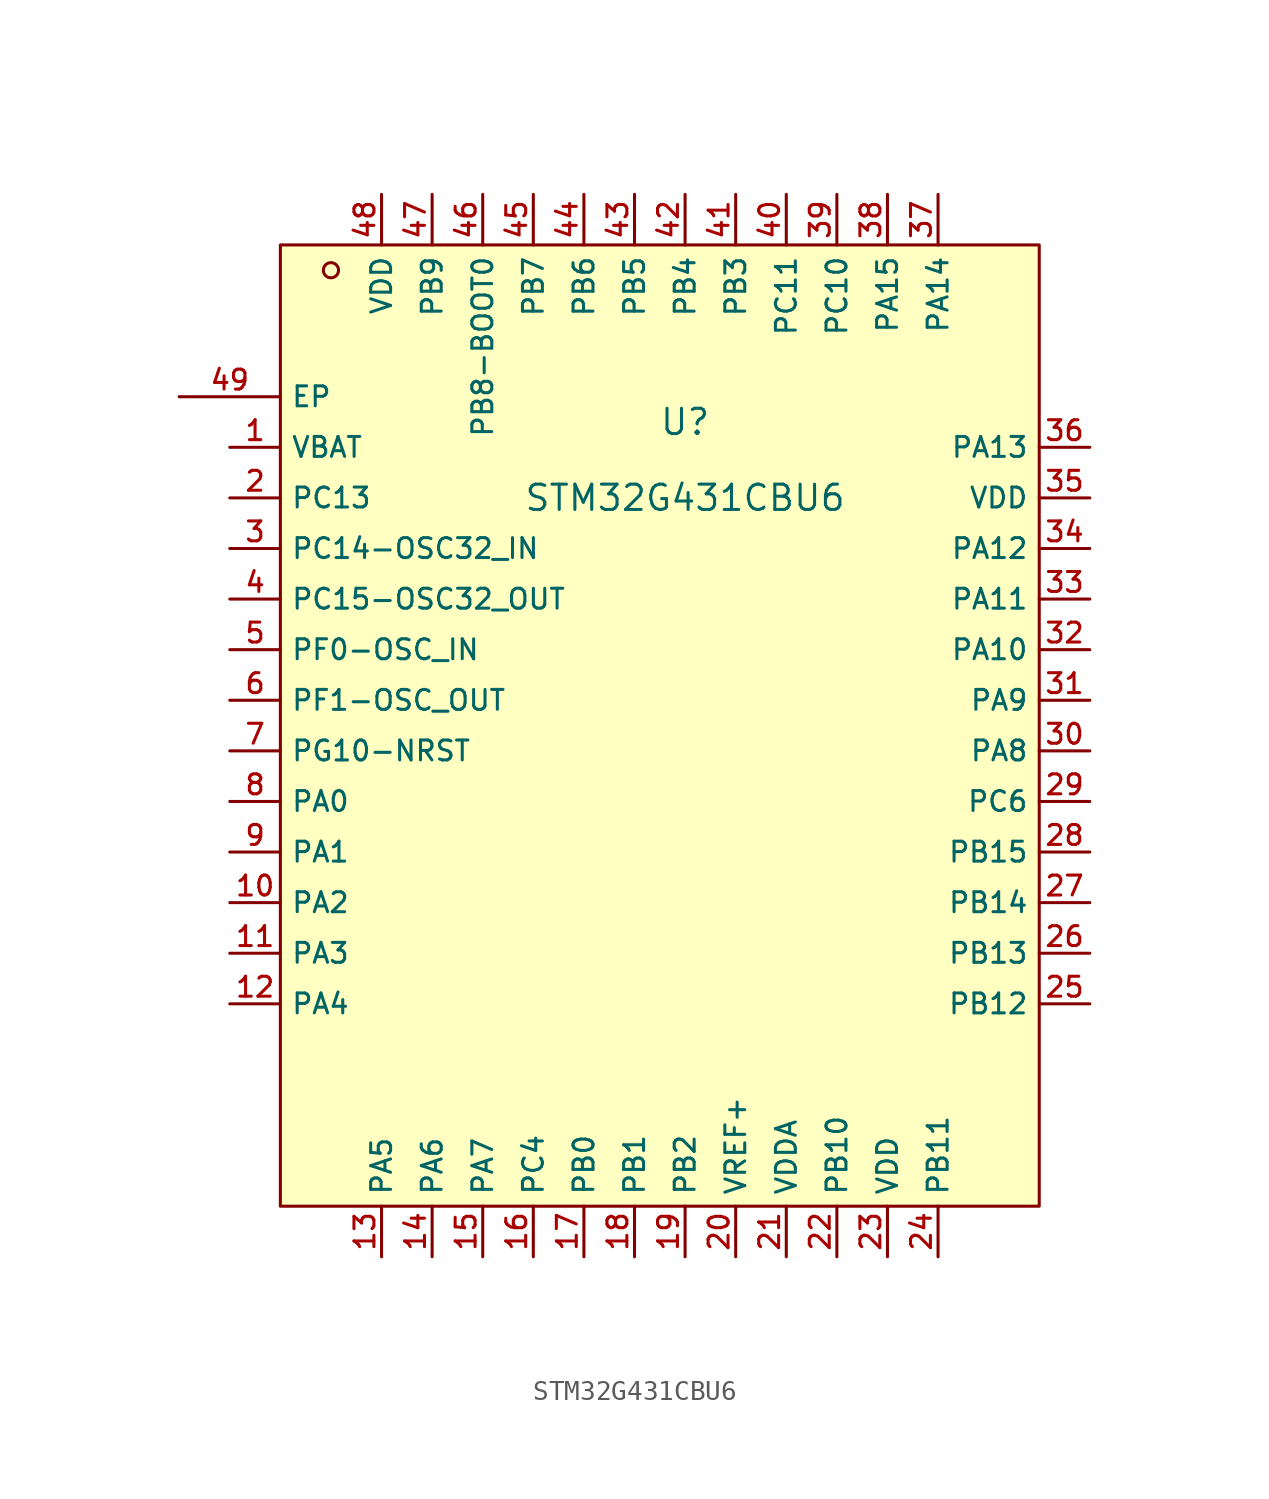
<source format=kicad_sym>
(kicad_symbol_lib
  (version 20211014)
  (generator kicad_symbol_editor)
  (symbol "STM32G431CBU6"
    (property "Reference" "U"
      (at 0 15.24 0)
      (effects (font (size 1.27 1.27))))
    (property "Value" "STM32G431CBU6"
      (at 0 11.43 0)
      (effects (font (size 1.27 1.27))))
    (symbol "STM32G431CBU6_0_1"
      (rectangle (start -20.32 24.13) (end 17.78 -24.13) (stroke (width 0) (type default) (color 0 0 0 0)) (fill (type background)))
      (circle (center -17.78 22.86) (radius 0.381) (stroke (width 0) (type default) (color 0 0 0 0)) (fill (type background)))
      (pin power_in line (at -22.86 13.97 0) (length 2.54) (name "VBAT" (effects (font (size 1 1)))) (number "1" (effects (font (size 1 1)))))
      (pin bidirectional line (at -22.86 -8.89 0) (length 2.54) (name "PA2" (effects (font (size 1 1)))) (number "10" (effects (font (size 1 1)))))
      (pin bidirectional line (at -22.86 -11.43 0) (length 2.54) (name "PA3" (effects (font (size 1 1)))) (number "11" (effects (font (size 1 1)))))
      (pin bidirectional line (at -22.86 -13.97 0) (length 2.54) (name "PA4" (effects (font (size 1 1)))) (number "12" (effects (font (size 1 1)))))
      (pin bidirectional line (at -15.24 -26.67 90) (length 2.54) (name "PA5" (effects (font (size 1 1)))) (number "13" (effects (font (size 1 1)))))
      (pin bidirectional line (at -12.7 -26.67 90) (length 2.54) (name "PA6" (effects (font (size 1 1)))) (number "14" (effects (font (size 1 1)))))
      (pin bidirectional line (at -10.16 -26.67 90) (length 2.54) (name "PA7" (effects (font (size 1 1)))) (number "15" (effects (font (size 1 1)))))
      (pin bidirectional line (at -7.62 -26.67 90) (length 2.54) (name "PC4" (effects (font (size 1 1)))) (number "16" (effects (font (size 1 1)))))
      (pin bidirectional line (at -5.08 -26.67 90) (length 2.54) (name "PB0" (effects (font (size 1 1)))) (number "17" (effects (font (size 1 1)))))
      (pin bidirectional line (at -2.54 -26.67 90) (length 2.54) (name "PB1" (effects (font (size 1 1)))) (number "18" (effects (font (size 1 1)))))
      (pin bidirectional line (at 0 -26.67 90) (length 2.54) (name "PB2" (effects (font (size 1 1)))) (number "19" (effects (font (size 1 1)))))
      (pin bidirectional line (at -22.86 11.43 0) (length 2.54) (name "PC13" (effects (font (size 1 1)))) (number "2" (effects (font (size 1 1)))))
      (pin power_in line (at 2.54 -26.67 90) (length 2.54) (name "VREF+" (effects (font (size 1 1)))) (number "20" (effects (font (size 1 1)))))
      (pin power_in line (at 5.08 -26.67 90) (length 2.54) (name "VDDA" (effects (font (size 1 1)))) (number "21" (effects (font (size 1 1)))))
      (pin bidirectional line (at 7.62 -26.67 90) (length 2.54) (name "PB10" (effects (font (size 1 1)))) (number "22" (effects (font (size 1 1)))))
      (pin power_in line (at 10.16 -26.67 90) (length 2.54) (name "VDD" (effects (font (size 1 1)))) (number "23" (effects (font (size 1 1)))))
      (pin bidirectional line (at 12.7 -26.67 90) (length 2.54) (name "PB11" (effects (font (size 1 1)))) (number "24" (effects (font (size 1 1)))))
      (pin bidirectional line (at 20.32 -13.97 180) (length 2.54) (name "PB12" (effects (font (size 1 1)))) (number "25" (effects (font (size 1 1)))))
      (pin bidirectional line (at 20.32 -11.43 180) (length 2.54) (name "PB13" (effects (font (size 1 1)))) (number "26" (effects (font (size 1 1)))))
      (pin bidirectional line (at 20.32 -8.89 180) (length 2.54) (name "PB14" (effects (font (size 1 1)))) (number "27" (effects (font (size 1 1)))))
      (pin bidirectional line (at 20.32 -6.35 180) (length 2.54) (name "PB15" (effects (font (size 1 1)))) (number "28" (effects (font (size 1 1)))))
      (pin bidirectional line (at 20.32 -3.81 180) (length 2.54) (name "PC6" (effects (font (size 1 1)))) (number "29" (effects (font (size 1 1)))))
      (pin bidirectional line (at -22.86 8.89 0) (length 2.54) (name "PC14-OSC32_IN" (effects (font (size 1 1)))) (number "3" (effects (font (size 1 1)))))
      (pin bidirectional line (at 20.32 -1.27 180) (length 2.54) (name "PA8" (effects (font (size 1 1)))) (number "30" (effects (font (size 1 1)))))
      (pin bidirectional line (at 20.32 1.27 180) (length 2.54) (name "PA9" (effects (font (size 1 1)))) (number "31" (effects (font (size 1 1)))))
      (pin bidirectional line (at 20.32 3.81 180) (length 2.54) (name "PA10" (effects (font (size 1 1)))) (number "32" (effects (font (size 1 1)))))
      (pin bidirectional line (at 20.32 6.35 180) (length 2.54) (name "PA11" (effects (font (size 1 1)))) (number "33" (effects (font (size 1 1)))))
      (pin bidirectional line (at 20.32 8.89 180) (length 2.54) (name "PA12" (effects (font (size 1 1)))) (number "34" (effects (font (size 1 1)))))
      (pin power_in line (at 20.32 11.43 180) (length 2.54) (name "VDD" (effects (font (size 1 1)))) (number "35" (effects (font (size 1 1)))))
      (pin bidirectional line (at 20.32 13.97 180) (length 2.54) (name "PA13" (effects (font (size 1 1)))) (number "36" (effects (font (size 1 1)))))
      (pin bidirectional line (at 12.7 26.67 270) (length 2.54) (name "PA14" (effects (font (size 1 1)))) (number "37" (effects (font (size 1 1)))))
      (pin bidirectional line (at 10.16 26.67 270) (length 2.54) (name "PA15" (effects (font (size 1 1)))) (number "38" (effects (font (size 1 1)))))
      (pin bidirectional line (at 7.62 26.67 270) (length 2.54) (name "PC10" (effects (font (size 1 1)))) (number "39" (effects (font (size 1 1)))))
      (pin bidirectional line (at -22.86 6.35 0) (length 2.54) (name "PC15-OSC32_OUT" (effects (font (size 1 1)))) (number "4" (effects (font (size 1 1)))))
      (pin bidirectional line (at 5.08 26.67 270) (length 2.54) (name "PC11" (effects (font (size 1 1)))) (number "40" (effects (font (size 1 1)))))
      (pin bidirectional line (at 2.54 26.67 270) (length 2.54) (name "PB3" (effects (font (size 1 1)))) (number "41" (effects (font (size 1 1)))))
      (pin bidirectional line (at 0 26.67 270) (length 2.54) (name "PB4" (effects (font (size 1 1)))) (number "42" (effects (font (size 1 1)))))
      (pin bidirectional line (at -2.54 26.67 270) (length 2.54) (name "PB5" (effects (font (size 1 1)))) (number "43" (effects (font (size 1 1)))))
      (pin bidirectional line (at -5.08 26.67 270) (length 2.54) (name "PB6" (effects (font (size 1 1)))) (number "44" (effects (font (size 1 1)))))
      (pin bidirectional line (at -7.62 26.67 270) (length 2.54) (name "PB7" (effects (font (size 1 1)))) (number "45" (effects (font (size 1 1)))))
      (pin bidirectional line (at -10.16 26.67 270) (length 2.54) (name "PB8-BOOT0" (effects (font (size 1 1)))) (number "46" (effects (font (size 1 1)))))
      (pin bidirectional line (at -12.7 26.67 270) (length 2.54) (name "PB9" (effects (font (size 1 1)))) (number "47" (effects (font (size 1 1)))))
      (pin power_in line (at -15.24 26.67 270) (length 2.54) (name "VDD" (effects (font (size 1 1)))) (number "48" (effects (font (size 1 1)))))
      (pin power_in line (at -25.4 16.51 0) (length 5.08) (name "EP" (effects (font (size 1 1)))) (number "49" (effects (font (size 1 1)))))
      (pin bidirectional line (at -22.86 3.81 0) (length 2.54) (name "PF0-OSC_IN" (effects (font (size 1 1)))) (number "5" (effects (font (size 1 1)))))
      (pin bidirectional line (at -22.86 1.27 0) (length 2.54) (name "PF1-OSC_OUT" (effects (font (size 1 1)))) (number "6" (effects (font (size 1 1)))))
      (pin bidirectional line (at -22.86 -1.27 0) (length 2.54) (name "PG10-NRST" (effects (font (size 1 1)))) (number "7" (effects (font (size 1 1)))))
      (pin bidirectional line (at -22.86 -3.81 0) (length 2.54) (name "PA0" (effects (font (size 1 1)))) (number "8" (effects (font (size 1 1)))))
      (pin bidirectional line (at -22.86 -6.35 0) (length 2.54) (name "PA1" (effects (font (size 1 1)))) (number "9" (effects (font (size 1 1))))))))
</source>
